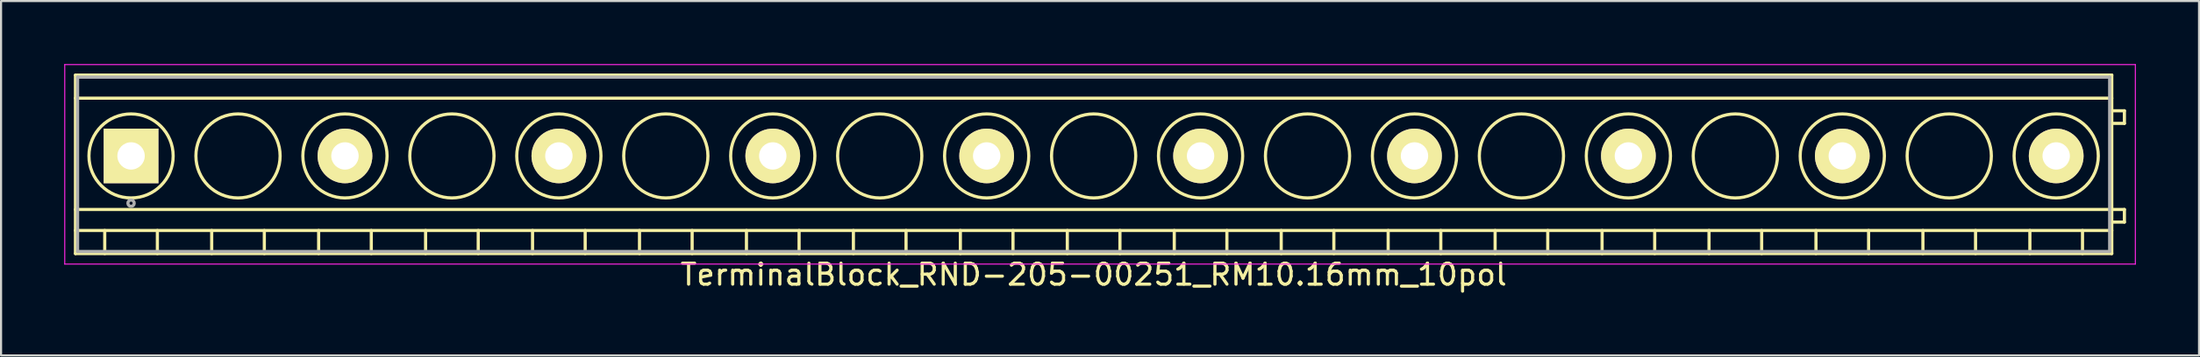
<source format=kicad_pcb>
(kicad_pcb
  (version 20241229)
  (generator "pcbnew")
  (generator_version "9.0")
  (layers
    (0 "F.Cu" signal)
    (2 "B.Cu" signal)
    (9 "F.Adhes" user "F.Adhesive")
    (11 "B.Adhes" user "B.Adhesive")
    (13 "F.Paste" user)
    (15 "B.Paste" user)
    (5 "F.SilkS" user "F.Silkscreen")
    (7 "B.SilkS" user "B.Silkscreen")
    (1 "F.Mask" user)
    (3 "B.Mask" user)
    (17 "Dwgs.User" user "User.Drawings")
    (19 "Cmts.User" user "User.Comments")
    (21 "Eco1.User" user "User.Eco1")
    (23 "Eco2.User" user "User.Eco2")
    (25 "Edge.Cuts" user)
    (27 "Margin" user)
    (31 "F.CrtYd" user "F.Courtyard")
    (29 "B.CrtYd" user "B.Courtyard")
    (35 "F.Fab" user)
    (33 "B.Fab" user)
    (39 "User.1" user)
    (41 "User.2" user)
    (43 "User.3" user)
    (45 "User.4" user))
  (footprint "TerminalBlock_RND-205-00251_RM10.16mm_10pol"
    (layer "F.Cu")
    (at 3.175 4.375)
    (property "Reference" "TerminalBlock_RND-205-00251_RM10.16mm_10pol" (at 45.72 5.65 0) (layer "F.SilkS") (effects (font (size 1 1) (thickness 0.15))))
    (attr through_hole)
    (fp_line (start -2.64 -3.85) (end 94.08 -3.85) (stroke (width 0.15) (type solid)) (layer "F.SilkS"))
    (fp_line (start -2.64 -2.75) (end 94.08 -2.75) (stroke (width 0.15) (type solid)) (layer "F.SilkS"))
    (fp_line (start -2.64 2.55) (end 94.08 2.55) (stroke (width 0.15) (type solid)) (layer "F.SilkS"))
    (fp_line (start -2.64 3.55) (end 94.08 3.55) (stroke (width 0.15) (type solid)) (layer "F.SilkS"))
    (fp_line (start -2.64 4.65) (end -2.64 -3.85) (stroke (width 0.15) (type solid)) (layer "F.SilkS"))
    (fp_line (start -1.25 3.55) (end -1.25 4.65) (stroke (width 0.15) (type solid)) (layer "F.SilkS"))
    (fp_line (start 1.25 3.55) (end 1.25 4.65) (stroke (width 0.15) (type solid)) (layer "F.SilkS"))
    (fp_line (start 3.83 3.55) (end 3.83 4.65) (stroke (width 0.15) (type solid)) (layer "F.SilkS"))
    (fp_line (start 6.33 3.55) (end 6.33 4.65) (stroke (width 0.15) (type solid)) (layer "F.SilkS"))
    (fp_line (start 8.91 3.55) (end 8.91 4.65) (stroke (width 0.15) (type solid)) (layer "F.SilkS"))
    (fp_line (start 11.41 3.55) (end 11.41 4.65) (stroke (width 0.15) (type solid)) (layer "F.SilkS"))
    (fp_line (start 13.99 3.55) (end 13.99 4.65) (stroke (width 0.15) (type solid)) (layer "F.SilkS"))
    (fp_line (start 16.49 3.55) (end 16.49 4.65) (stroke (width 0.15) (type solid)) (layer "F.SilkS"))
    (fp_line (start 19.07 3.55) (end 19.07 4.65) (stroke (width 0.15) (type solid)) (layer "F.SilkS"))
    (fp_line (start 21.57 3.55) (end 21.57 4.65) (stroke (width 0.15) (type solid)) (layer "F.SilkS"))
    (fp_line (start 24.15 3.55) (end 24.15 4.65) (stroke (width 0.15) (type solid)) (layer "F.SilkS"))
    (fp_line (start 26.65 3.55) (end 26.65 4.65) (stroke (width 0.15) (type solid)) (layer "F.SilkS"))
    (fp_line (start 29.23 3.55) (end 29.23 4.65) (stroke (width 0.15) (type solid)) (layer "F.SilkS"))
    (fp_line (start 31.73 3.55) (end 31.73 4.65) (stroke (width 0.15) (type solid)) (layer "F.SilkS"))
    (fp_line (start 34.31 3.55) (end 34.31 4.65) (stroke (width 0.15) (type solid)) (layer "F.SilkS"))
    (fp_line (start 36.81 3.55) (end 36.81 4.65) (stroke (width 0.15) (type solid)) (layer "F.SilkS"))
    (fp_line (start 39.39 3.55) (end 39.39 4.65) (stroke (width 0.15) (type solid)) (layer "F.SilkS"))
    (fp_line (start 41.89 3.55) (end 41.89 4.65) (stroke (width 0.15) (type solid)) (layer "F.SilkS"))
    (fp_line (start 44.47 3.55) (end 44.47 4.65) (stroke (width 0.15) (type solid)) (layer "F.SilkS"))
    (fp_line (start 46.97 3.55) (end 46.97 4.65) (stroke (width 0.15) (type solid)) (layer "F.SilkS"))
    (fp_line (start 49.55 3.55) (end 49.55 4.65) (stroke (width 0.15) (type solid)) (layer "F.SilkS"))
    (fp_line (start 52.05 3.55) (end 52.05 4.65) (stroke (width 0.15) (type solid)) (layer "F.SilkS"))
    (fp_line (start 54.63 3.55) (end 54.63 4.65) (stroke (width 0.15) (type solid)) (layer "F.SilkS"))
    (fp_line (start 57.13 3.55) (end 57.13 4.65) (stroke (width 0.15) (type solid)) (layer "F.SilkS"))
    (fp_line (start 59.71 3.55) (end 59.71 4.65) (stroke (width 0.15) (type solid)) (layer "F.SilkS"))
    (fp_line (start 62.21 3.55) (end 62.21 4.65) (stroke (width 0.15) (type solid)) (layer "F.SilkS"))
    (fp_line (start 64.79 3.55) (end 64.79 4.65) (stroke (width 0.15) (type solid)) (layer "F.SilkS"))
    (fp_line (start 67.29 3.55) (end 67.29 4.65) (stroke (width 0.15) (type solid)) (layer "F.SilkS"))
    (fp_line (start 69.87 3.55) (end 69.87 4.65) (stroke (width 0.15) (type solid)) (layer "F.SilkS"))
    (fp_line (start 72.37 3.55) (end 72.37 4.65) (stroke (width 0.15) (type solid)) (layer "F.SilkS"))
    (fp_line (start 74.95 3.55) (end 74.95 4.65) (stroke (width 0.15) (type solid)) (layer "F.SilkS"))
    (fp_line (start 77.45 3.55) (end 77.45 4.65) (stroke (width 0.15) (type solid)) (layer "F.SilkS"))
    (fp_line (start 80.03 3.55) (end 80.03 4.65) (stroke (width 0.15) (type solid)) (layer "F.SilkS"))
    (fp_line (start 82.53 3.55) (end 82.53 4.65) (stroke (width 0.15) (type solid)) (layer "F.SilkS"))
    (fp_line (start 85.11 3.55) (end 85.11 4.65) (stroke (width 0.15) (type solid)) (layer "F.SilkS"))
    (fp_line (start 87.61 3.55) (end 87.61 4.65) (stroke (width 0.15) (type solid)) (layer "F.SilkS"))
    (fp_line (start 90.19 3.55) (end 90.19 4.65) (stroke (width 0.15) (type solid)) (layer "F.SilkS"))
    (fp_line (start 92.69 3.55) (end 92.69 4.65) (stroke (width 0.15) (type solid)) (layer "F.SilkS"))
    (fp_line (start 94.08 -3.85) (end 94.08 4.65) (stroke (width 0.15) (type solid)) (layer "F.SilkS"))
    (fp_line (start 94.08 -2.15) (end 94.68 -2.15) (stroke (width 0.15) (type solid)) (layer "F.SilkS"))
    (fp_line (start 94.08 2.55) (end 94.68 2.55) (stroke (width 0.15) (type solid)) (layer "F.SilkS"))
    (fp_line (start 94.08 4.65) (end -2.64 4.65) (stroke (width 0.15) (type solid)) (layer "F.SilkS"))
    (fp_line (start 94.68 -2.15) (end 94.68 -1.55) (stroke (width 0.15) (type solid)) (layer "F.SilkS"))
    (fp_line (start 94.68 -1.55) (end 94.08 -1.55) (stroke (width 0.15) (type solid)) (layer "F.SilkS"))
    (fp_line (start 94.68 2.55) (end 94.68 3.15) (stroke (width 0.15) (type solid)) (layer "F.SilkS"))
    (fp_line (start 94.68 3.15) (end 94.08 3.15) (stroke (width 0.15) (type solid)) (layer "F.SilkS"))
    (fp_circle (center 0 0) (end -2 0) (stroke (width 0.15) (type solid)) (fill no) (layer "F.SilkS"))
    (fp_circle (center 5.08 0) (end 3.08 0) (stroke (width 0.15) (type solid)) (fill no) (layer "F.SilkS"))
    (fp_circle (center 10.16 0) (end 8.16 0) (stroke (width 0.15) (type solid)) (fill no) (layer "F.SilkS"))
    (fp_circle (center 15.24 0) (end 13.24 0) (stroke (width 0.15) (type solid)) (fill no) (layer "F.SilkS"))
    (fp_circle (center 20.32 0) (end 18.32 0) (stroke (width 0.15) (type solid)) (fill no) (layer "F.SilkS"))
    (fp_circle (center 25.4 0) (end 23.4 0) (stroke (width 0.15) (type solid)) (fill no) (layer "F.SilkS"))
    (fp_circle (center 30.48 0) (end 28.48 0) (stroke (width 0.15) (type solid)) (fill no) (layer "F.SilkS"))
    (fp_circle (center 35.56 0) (end 33.56 0) (stroke (width 0.15) (type solid)) (fill no) (layer "F.SilkS"))
    (fp_circle (center 40.64 0) (end 38.64 0) (stroke (width 0.15) (type solid)) (fill no) (layer "F.SilkS"))
    (fp_circle (center 45.72 0) (end 43.72 0) (stroke (width 0.15) (type solid)) (fill no) (layer "F.SilkS"))
    (fp_circle (center 50.8 0) (end 48.8 0) (stroke (width 0.15) (type solid)) (fill no) (layer "F.SilkS"))
    (fp_circle (center 55.88 0) (end 53.88 0) (stroke (width 0.15) (type solid)) (fill no) (layer "F.SilkS"))
    (fp_circle (center 60.96 0) (end 58.96 0) (stroke (width 0.15) (type solid)) (fill no) (layer "F.SilkS"))
    (fp_circle (center 66.04 0) (end 64.04 0) (stroke (width 0.15) (type solid)) (fill no) (layer "F.SilkS"))
    (fp_circle (center 71.12 0) (end 69.12 0) (stroke (width 0.15) (type solid)) (fill no) (layer "F.SilkS"))
    (fp_circle (center 76.2 0) (end 74.2 0) (stroke (width 0.15) (type solid)) (fill no) (layer "F.SilkS"))
    (fp_circle (center 81.28 0) (end 79.28 0) (stroke (width 0.15) (type solid)) (fill no) (layer "F.SilkS"))
    (fp_circle (center 86.36 0) (end 84.36 0) (stroke (width 0.15) (type solid)) (fill no) (layer "F.SilkS"))
    (fp_circle (center 91.44 0) (end 89.44 0) (stroke (width 0.15) (type solid)) (fill no) (layer "F.SilkS"))
    (fp_line (start -3.15 -4.35) (end 95.2 -4.35) (stroke (width 0.05) (type solid)) (layer "F.CrtYd"))
    (fp_line (start -3.15 5.15) (end -3.15 -4.35) (stroke (width 0.05) (type solid)) (layer "F.CrtYd"))
    (fp_line (start 95.2 -4.35) (end 95.2 5.15) (stroke (width 0.05) (type solid)) (layer "F.CrtYd"))
    (fp_line (start 95.2 5.15) (end -3.15 5.15) (stroke (width 0.05) (type solid)) (layer "F.CrtYd"))
    (fp_line (start -2.54 -3.75) (end 93.98 -3.75) (stroke (width 0.15) (type solid)) (layer "F.Fab"))
    (fp_line (start -2.54 4.55) (end -2.54 -3.75) (stroke (width 0.15) (type solid)) (layer "F.Fab"))
    (fp_line (start 93.98 -3.75) (end 93.98 4.55) (stroke (width 0.15) (type solid)) (layer "F.Fab"))
    (fp_line (start 93.98 4.55) (end -2.54 4.55) (stroke (width 0.15) (type solid)) (layer "F.Fab"))
    (fp_circle (center 0 2.25) (end -0.15 2.25) (stroke (width 0.15) (type solid)) (fill no) (layer "F.Fab"))
    (pad "1" thru_hole rect (at 0 0) (size 2.6 2.6) (drill 1.3) (layers "*.Cu" "*.Mask" "F.SilkS"))
    (pad "2" thru_hole circle (at 10.16 0) (size 2.6 2.6) (drill 1.3) (layers "*.Cu" "*.Mask" "F.SilkS"))
    (pad "3" thru_hole circle (at 20.32 0) (size 2.6 2.6) (drill 1.3) (layers "*.Cu" "*.Mask" "F.SilkS"))
    (pad "4" thru_hole circle (at 30.48 0) (size 2.6 2.6) (drill 1.3) (layers "*.Cu" "*.Mask" "F.SilkS"))
    (pad "5" thru_hole circle (at 40.64 0) (size 2.6 2.6) (drill 1.3) (layers "*.Cu" "*.Mask" "F.SilkS"))
    (pad "6" thru_hole circle (at 50.8 0) (size 2.6 2.6) (drill 1.3) (layers "*.Cu" "*.Mask" "F.SilkS"))
    (pad "7" thru_hole circle (at 60.96 0) (size 2.6 2.6) (drill 1.3) (layers "*.Cu" "*.Mask" "F.SilkS"))
    (pad "8" thru_hole circle (at 71.12 0) (size 2.6 2.6) (drill 1.3) (layers "*.Cu" "*.Mask" "F.SilkS"))
    (pad "9" thru_hole circle (at 81.28 0) (size 2.6 2.6) (drill 1.3) (layers "*.Cu" "*.Mask" "F.SilkS"))
    (pad "10" thru_hole circle (at 91.44 0) (size 2.6 2.6) (drill 1.3) (layers "*.Cu" "*.Mask" "F.SilkS")))
  (gr_rect
    (start -3 -3)
    (end 101.4 13.873)
    (stroke (width 0.1) (type default))
    (fill no)
    (layer "Edge.Cuts")))
</source>
